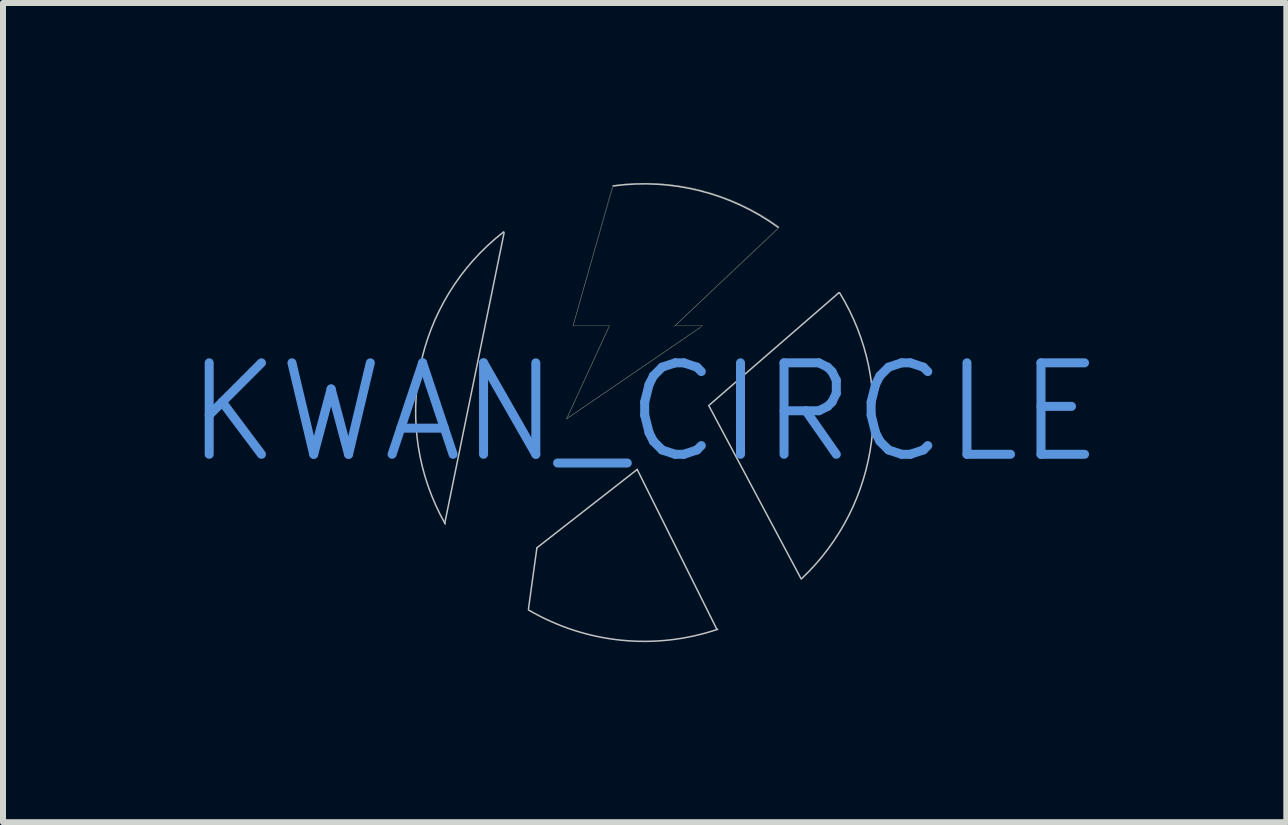
<source format=kicad_pcb>
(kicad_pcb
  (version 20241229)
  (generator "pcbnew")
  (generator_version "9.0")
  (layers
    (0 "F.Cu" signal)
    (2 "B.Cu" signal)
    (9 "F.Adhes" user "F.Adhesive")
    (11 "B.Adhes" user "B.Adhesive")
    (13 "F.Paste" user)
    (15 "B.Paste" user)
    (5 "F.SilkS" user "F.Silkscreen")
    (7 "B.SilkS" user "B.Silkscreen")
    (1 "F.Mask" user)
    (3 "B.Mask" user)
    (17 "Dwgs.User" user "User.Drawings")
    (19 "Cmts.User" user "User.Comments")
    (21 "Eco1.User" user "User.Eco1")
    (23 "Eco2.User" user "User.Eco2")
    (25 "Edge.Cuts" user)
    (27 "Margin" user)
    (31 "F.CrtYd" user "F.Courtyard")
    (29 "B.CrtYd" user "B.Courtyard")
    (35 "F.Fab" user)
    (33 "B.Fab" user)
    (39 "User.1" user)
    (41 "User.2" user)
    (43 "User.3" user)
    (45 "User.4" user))
  (footprint "KWAN_CIRCLE"
    (layer "F.Cu")
    (at 7.693 3.823)
    (property "Reference" "KWAN_CIRCLE" (at 0 0 0) (layer "Cmts.User") (effects (font (size 1.524 1.524) (thickness 0.15))))
    (attr through_hole)
    (fp_line (start -1.295 0.102) (end 0.965 -1.448) (stroke (width 0.003) (type solid)) (layer "F.SilkS"))
    (fp_line (start -1.194 -1.448) (end -0.584 -1.448) (stroke (width 0.003) (type solid)) (layer "F.SilkS"))
    (fp_line (start -0.584 -1.448) (end -1.295 0.102) (stroke (width 0.003) (type solid)) (layer "F.SilkS"))
    (fp_line (start -0.533 -3.785) (end -1.194 -1.448) (stroke (width 0.003) (type solid)) (layer "F.SilkS"))
    (fp_line (start 0.508 -1.448) (end 2.235 -3.073) (stroke (width 0.003) (type solid)) (layer "F.SilkS"))
    (fp_line (start 0.965 -1.448) (end 0.508 -1.448) (stroke (width 0.003) (type solid)) (layer "F.SilkS"))
    (fp_arc (start -0.5334 -3.7846) (mid 0.924787 -3.708434) (end 2.247994 -3.090992) (stroke (width 0.00254) (type solid)) (layer "F.SilkS"))
    (fp_line (start -3.332 1.848) (end -2.343 -2.993) (stroke (width 0.025) (type solid)) (layer "Dwgs.User"))
    (fp_line (start -1.937 3.277) (end -1.796 2.255) (stroke (width 0.025) (type solid)) (layer "Dwgs.User"))
    (fp_line (start -1.796 2.255) (end -0.125 0.95) (stroke (width 0.025) (type solid)) (layer "Dwgs.User"))
    (fp_line (start -1.307 0.11) (end 0.929 -1.413) (stroke (width 0.003) (type solid)) (layer "Dwgs.User"))
    (fp_line (start -0.599 -1.425) (end -1.307 0.11) (stroke (width 0.003) (type solid)) (layer "Dwgs.User"))
    (fp_line (start -0.524 -3.775) (end -1.195 -1.437) (stroke (width 0.003) (type solid)) (layer "Dwgs.User"))
    (fp_line (start -0.125 0.95) (end 1.203 3.614) (stroke (width 0.025) (type solid)) (layer "Dwgs.User"))
    (fp_line (start 0.485 -1.426) (end 2.215 -3.067) (stroke (width 0.003) (type solid)) (layer "Dwgs.User"))
    (fp_line (start 2.607 2.773) (end 1.067 -0.116) (stroke (width 0.025) (type solid)) (layer "Dwgs.User"))
    (fp_line (start 3.237 -1.996) (end 1.082 -0.128) (stroke (width 0.025) (type solid)) (layer "Dwgs.User"))
    (fp_arc (start -3.3239 1.8577) (mid -3.743004 -0.756988) (end -2.349807 -3.008931) (stroke (width 0.0254) (type solid)) (layer "Dwgs.User"))
    (fp_arc (start -0.5236 -3.7746) (mid 0.916884 -3.695188) (end 2.22433 -3.085364) (stroke (width 0.0254) (type solid)) (layer "Dwgs.User"))
    (fp_arc (start 1.2153 3.614) (mid -0.395284 3.794701) (end -1.935788 3.291234) (stroke (width 0.0254) (type solid)) (layer "Dwgs.User"))
    (fp_arc (start 3.2475 -1.995) (mid 3.777323 0.499308) (end 2.61539 2.769154) (stroke (width 0.0254) (type solid)) (layer "Dwgs.User")))
  (gr_rect
    (start -3 -3)
    (end 18.385 10.651)
    (stroke (width 0.1) (type default))
    (fill no)
    (layer "Edge.Cuts")))
</source>
